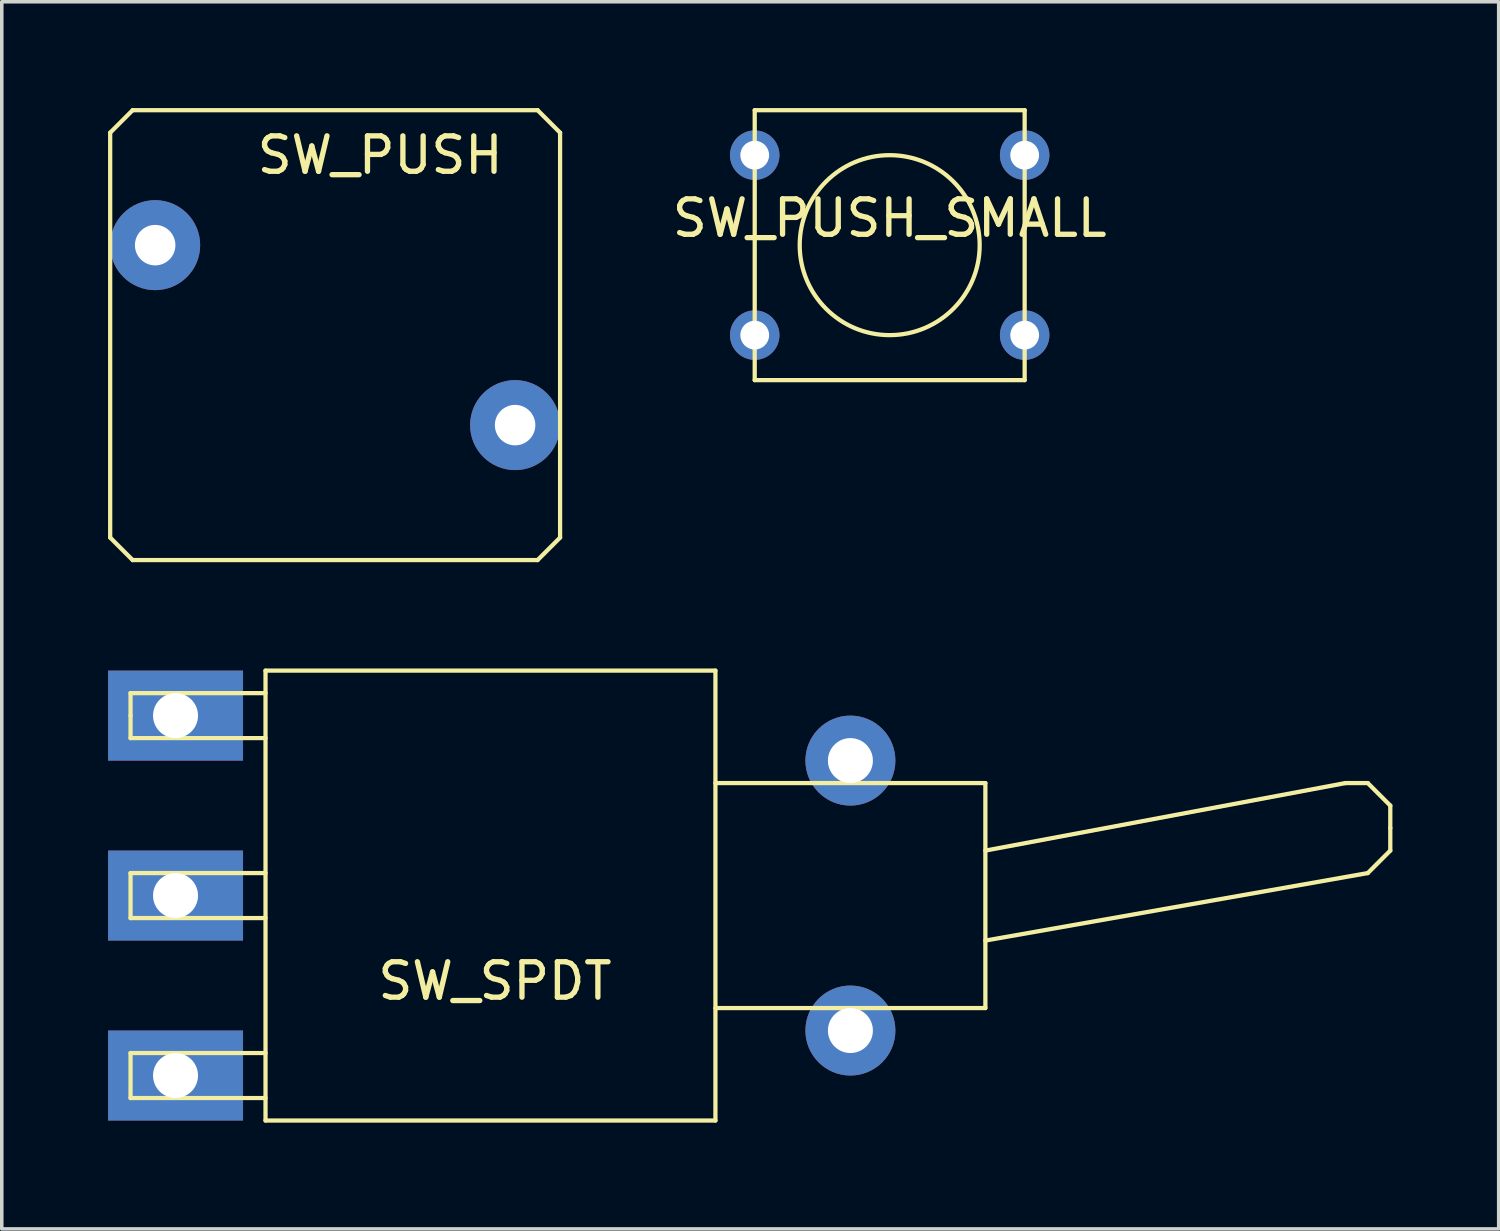
<source format=kicad_pcb>
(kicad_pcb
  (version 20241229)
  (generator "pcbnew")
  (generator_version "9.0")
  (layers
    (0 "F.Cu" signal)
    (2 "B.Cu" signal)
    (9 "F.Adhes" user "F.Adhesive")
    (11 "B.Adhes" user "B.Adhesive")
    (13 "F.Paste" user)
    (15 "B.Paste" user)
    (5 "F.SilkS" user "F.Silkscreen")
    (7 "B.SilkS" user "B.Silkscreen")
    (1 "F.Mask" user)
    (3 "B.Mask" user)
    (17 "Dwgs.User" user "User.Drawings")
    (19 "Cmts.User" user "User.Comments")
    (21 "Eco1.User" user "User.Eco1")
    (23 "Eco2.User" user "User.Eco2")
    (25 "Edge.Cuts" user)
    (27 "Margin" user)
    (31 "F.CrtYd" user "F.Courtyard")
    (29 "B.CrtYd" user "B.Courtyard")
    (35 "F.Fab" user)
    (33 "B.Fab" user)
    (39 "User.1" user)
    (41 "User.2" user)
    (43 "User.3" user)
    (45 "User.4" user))
  (footprint "SW_SPDT"
    (layer "F.Cu")
    (at 1.905 22.23)
    (property "Reference" "SW_SPDT" (at 9.017 2.413 180) (layer "F.SilkS") (effects (font (size 1 1) (thickness 0.15))))
    (attr through_hole)
    (fp_line (start -1.27 -5.715) (end -1.27 -5.08) (stroke (width 0.12) (type solid)) (layer "F.SilkS"))
    (fp_line (start -1.27 -5.715) (end 2.54 -5.715) (stroke (width 0.12) (type solid)) (layer "F.SilkS"))
    (fp_line (start -1.27 -5.08) (end -1.27 -4.445) (stroke (width 0.12) (type solid)) (layer "F.SilkS"))
    (fp_line (start -1.27 -4.445) (end 2.54 -4.445) (stroke (width 0.12) (type solid)) (layer "F.SilkS"))
    (fp_line (start -1.27 -0.635) (end -1.27 0.635) (stroke (width 0.12) (type solid)) (layer "F.SilkS"))
    (fp_line (start -1.27 0.635) (end 2.54 0.635) (stroke (width 0.12) (type solid)) (layer "F.SilkS"))
    (fp_line (start -1.27 4.445) (end -1.27 5.715) (stroke (width 0.12) (type solid)) (layer "F.SilkS"))
    (fp_line (start -1.27 5.715) (end 2.54 5.715) (stroke (width 0.12) (type solid)) (layer "F.SilkS"))
    (fp_line (start 2.54 -6.35) (end 2.54 6.35) (stroke (width 0.12) (type solid)) (layer "F.SilkS"))
    (fp_line (start 2.54 -0.635) (end -1.27 -0.635) (stroke (width 0.12) (type solid)) (layer "F.SilkS"))
    (fp_line (start 2.54 4.445) (end -1.27 4.445) (stroke (width 0.12) (type solid)) (layer "F.SilkS"))
    (fp_line (start 2.54 6.35) (end 15.24 6.35) (stroke (width 0.12) (type solid)) (layer "F.SilkS"))
    (fp_line (start 15.24 -6.35) (end 2.54 -6.35) (stroke (width 0.12) (type solid)) (layer "F.SilkS"))
    (fp_line (start 15.24 -3.175) (end 22.86 -3.175) (stroke (width 0.12) (type solid)) (layer "F.SilkS"))
    (fp_line (start 15.24 6.35) (end 15.24 -6.35) (stroke (width 0.12) (type solid)) (layer "F.SilkS"))
    (fp_line (start 22.86 -3.175) (end 22.86 3.175) (stroke (width 0.12) (type solid)) (layer "F.SilkS"))
    (fp_line (start 22.86 -1.27) (end 33.02 -3.175) (stroke (width 0.12) (type solid)) (layer "F.SilkS"))
    (fp_line (start 22.86 3.175) (end 15.24 3.175) (stroke (width 0.12) (type solid)) (layer "F.SilkS"))
    (fp_line (start 33.02 -3.175) (end 33.655 -3.175) (stroke (width 0.12) (type solid)) (layer "F.SilkS"))
    (fp_line (start 33.655 -3.175) (end 34.29 -2.54) (stroke (width 0.12) (type solid)) (layer "F.SilkS"))
    (fp_line (start 33.655 -0.635) (end 22.86 1.27) (stroke (width 0.12) (type solid)) (layer "F.SilkS"))
    (fp_line (start 34.29 -2.54) (end 34.29 -1.905) (stroke (width 0.12) (type solid)) (layer "F.SilkS"))
    (fp_line (start 34.29 -1.905) (end 34.29 -1.27) (stroke (width 0.12) (type solid)) (layer "F.SilkS"))
    (fp_line (start 34.29 -1.27) (end 33.655 -0.635) (stroke (width 0.12) (type solid)) (layer "F.SilkS"))
    (pad "1" thru_hole rect (at 0 -5.08) (size 3.81 2.54) (drill 1.27) (layers "*.Cu" "*.Mask"))
    (pad "2" thru_hole rect (at 0 0) (size 3.81 2.54) (drill 1.27) (layers "*.Cu" "*.Mask"))
    (pad "3" thru_hole rect (at 0 5.08) (size 3.81 2.54) (drill 1.27) (layers "*.Cu" "*.Mask"))
    (pad "H1" thru_hole circle (at 19.05 -3.81) (size 2.54 2.54) (drill 1.27) (layers "*.Cu" "*.Mask"))
    (pad "H2" thru_hole circle (at 19.05 3.81) (size 2.54 2.54) (drill 1.27) (layers "*.Cu" "*.Mask")))
  (footprint "SW_PUSH"
    (layer "F.Cu")
    (at 6.41 6.41)
    (property "Reference" "SW_PUSH" (at 1.27 -5.08 0) (layer "F.SilkS") (effects (font (size 1 1) (thickness 0.15))))
    (attr through_hole)
    (fp_line (start -6.35 -5.715) (end -5.715 -6.35) (stroke (width 0.12) (type solid)) (layer "F.SilkS"))
    (fp_line (start -6.35 5.715) (end -6.35 -5.715) (stroke (width 0.12) (type solid)) (layer "F.SilkS"))
    (fp_line (start -5.715 -6.35) (end 5.715 -6.35) (stroke (width 0.12) (type solid)) (layer "F.SilkS"))
    (fp_line (start -5.715 6.35) (end -6.35 5.715) (stroke (width 0.12) (type solid)) (layer "F.SilkS"))
    (fp_line (start 5.715 -6.35) (end 6.35 -5.715) (stroke (width 0.12) (type solid)) (layer "F.SilkS"))
    (fp_line (start 5.715 6.35) (end -5.715 6.35) (stroke (width 0.12) (type solid)) (layer "F.SilkS"))
    (fp_line (start 6.35 -5.715) (end 6.35 5.715) (stroke (width 0.12) (type solid)) (layer "F.SilkS"))
    (fp_line (start 6.35 5.715) (end 5.715 6.35) (stroke (width 0.12) (type solid)) (layer "F.SilkS"))
    (pad "1" thru_hole circle (at -5.08 -2.54) (size 2.54 2.54) (drill 1.143) (layers "*.Cu" "*.Mask"))
    (pad "2" thru_hole circle (at 5.08 2.54) (size 2.54 2.54) (drill 1.143) (layers "*.Cu" "*.Mask")))
  (footprint "SW_PUSH_SMALL"
    (layer "F.Cu")
    (at 22.064 3.87)
    (property "Reference" "SW_PUSH_SMALL" (at 0 -0.762 0) (layer "F.SilkS") (effects (font (size 1 1) (thickness 0.15))))
    (attr through_hole)
    (fp_line (start -3.81 -3.81) (end -3.81 3.81) (stroke (width 0.12) (type solid)) (layer "F.SilkS"))
    (fp_line (start -3.81 -3.81) (end 3.81 -3.81) (stroke (width 0.12) (type solid)) (layer "F.SilkS"))
    (fp_line (start 3.81 -3.81) (end 3.81 3.81) (stroke (width 0.12) (type solid)) (layer "F.SilkS"))
    (fp_line (start 3.81 3.81) (end -3.81 3.81) (stroke (width 0.12) (type solid)) (layer "F.SilkS"))
    (fp_circle (center 0 0) (end 0 -2.54) (stroke (width 0.12) (type solid)) (fill no) (layer "F.SilkS"))
    (pad "1" thru_hole circle (at -3.81 -2.54) (size 1.397 1.397) (drill 0.813) (layers "*.Cu" "*.Mask"))
    (pad "1" thru_hole circle (at 3.81 -2.54) (size 1.397 1.397) (drill 0.813) (layers "*.Cu" "*.Mask"))
    (pad "2" thru_hole circle (at -3.81 2.54) (size 1.397 1.397) (drill 0.813) (layers "*.Cu" "*.Mask"))
    (pad "2" thru_hole circle (at 3.81 2.54) (size 1.397 1.397) (drill 0.813) (layers "*.Cu" "*.Mask")))
  (gr_rect
    (start -3 -3)
    (end 39.255 31.64)
    (stroke (width 0.1) (type default))
    (fill no)
    (layer "Edge.Cuts")))
</source>
